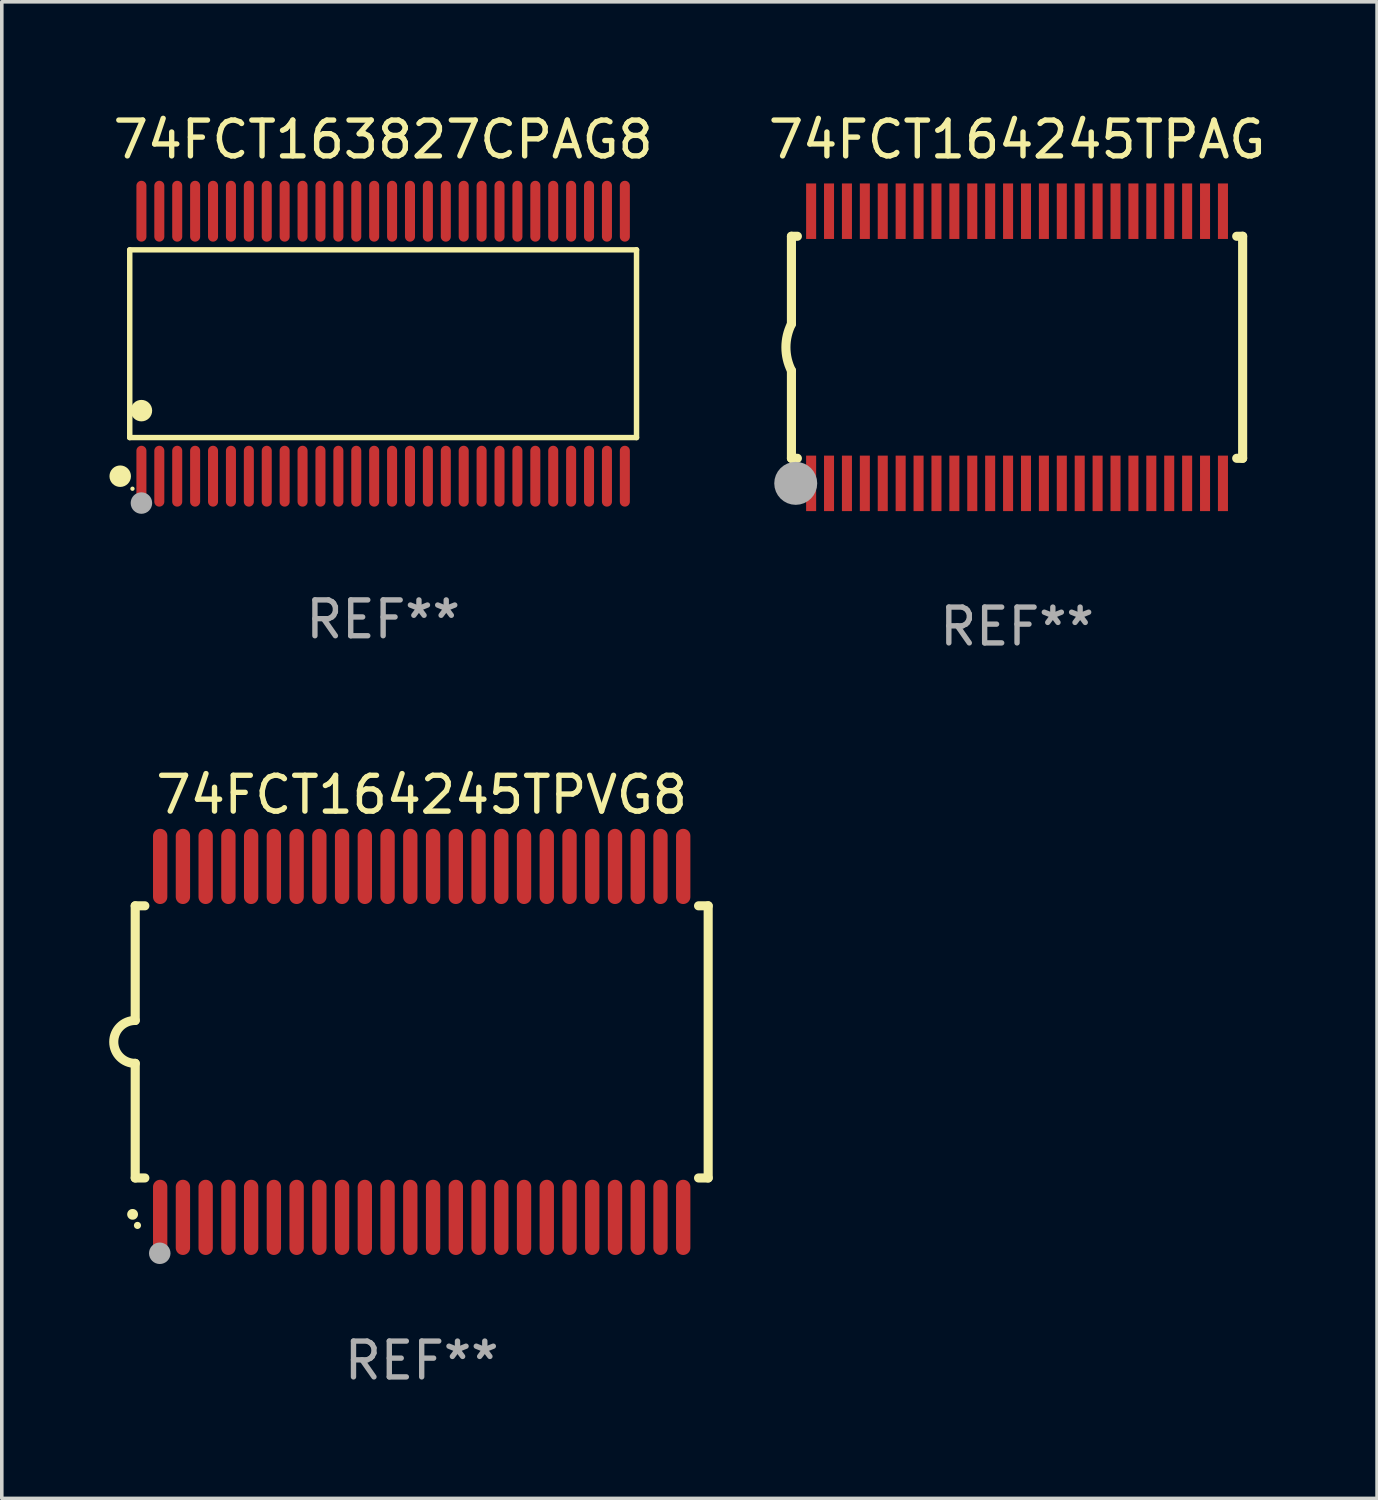
<source format=kicad_pcb>
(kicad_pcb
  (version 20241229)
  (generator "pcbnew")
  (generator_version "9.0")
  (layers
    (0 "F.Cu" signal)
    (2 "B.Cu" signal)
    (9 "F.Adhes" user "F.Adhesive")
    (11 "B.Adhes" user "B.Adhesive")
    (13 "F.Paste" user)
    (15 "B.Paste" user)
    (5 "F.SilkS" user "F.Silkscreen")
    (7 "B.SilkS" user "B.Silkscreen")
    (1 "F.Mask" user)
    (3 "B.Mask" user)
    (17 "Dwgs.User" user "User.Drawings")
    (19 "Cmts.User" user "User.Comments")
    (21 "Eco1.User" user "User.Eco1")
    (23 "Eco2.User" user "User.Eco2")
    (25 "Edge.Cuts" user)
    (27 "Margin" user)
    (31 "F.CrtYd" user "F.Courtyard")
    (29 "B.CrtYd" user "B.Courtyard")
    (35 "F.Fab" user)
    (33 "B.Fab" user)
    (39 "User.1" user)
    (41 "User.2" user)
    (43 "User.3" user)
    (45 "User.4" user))
  (footprint "74FCT164245TPVG8"
    (layer "F.Cu")
    (at 8.726 26.045)
    (property "Reference" "74FCT164245TPVG8" (at 0 -6.9 0) (layer "F.SilkS") (effects (font (size 1 1) (thickness 0.15))))
    (attr through_hole)
    (fp_line (start -8 -3.8) (end -8 -0.599) (stroke (width 0.254) (type solid)) (layer "F.SilkS"))
    (fp_line (start -8 -3.8) (end -7.731 -3.8) (stroke (width 0.254) (type solid)) (layer "F.SilkS"))
    (fp_line (start -8 3.8) (end -8 0.599) (stroke (width 0.254) (type solid)) (layer "F.SilkS"))
    (fp_line (start -7.731 3.8) (end -8 3.8) (stroke (width 0.254) (type solid)) (layer "F.SilkS"))
    (fp_line (start 7.731 -3.8) (end 8 -3.8) (stroke (width 0.254) (type solid)) (layer "F.SilkS"))
    (fp_line (start 8 -3.8) (end 8 3.8) (stroke (width 0.254) (type solid)) (layer "F.SilkS"))
    (fp_line (start 8 3.8) (end 7.731 3.8) (stroke (width 0.254) (type solid)) (layer "F.SilkS"))
    (fp_arc (start -8.074676 4.81585) (mid -8.073406 4.815845) (end -8.072136 4.81585) (stroke (width 0.3) (type solid)) (layer "F.SilkS"))
    (fp_arc (start -8.000025 0.6) (mid -8.598908 0.00056) (end -8.000027 -0.598882) (stroke (width 0.254001) (type solid)) (layer "F.SilkS"))
    (fp_circle (center -7.937 5.125) (end -7.887 5.125) (stroke (width 0.1) (type solid)) (fill no) (layer "F.SilkS"))
    (fp_circle (center -7.315 5.903) (end -7.165 5.903) (stroke (width 0.3) (type solid)) (fill no) (layer "F.Fab"))
    (fp_text user "REF**" (at 0 8.9 0) (layer "F.Fab") (effects (font (size 1 1) (thickness 0.15))))
    (pad "1" smd oval (at -7.303 4.9) (size 0.4 2.1) (layers "F.Cu" "F.Mask" "F.Paste"))
    (pad "2" smd oval (at -6.668 4.9) (size 0.4 2.1) (layers "F.Cu" "F.Mask" "F.Paste"))
    (pad "3" smd oval (at -6.033 4.9) (size 0.4 2.1) (layers "F.Cu" "F.Mask" "F.Paste"))
    (pad "4" smd oval (at -5.398 4.9) (size 0.4 2.1) (layers "F.Cu" "F.Mask" "F.Paste"))
    (pad "5" smd oval (at -4.763 4.9) (size 0.4 2.1) (layers "F.Cu" "F.Mask" "F.Paste"))
    (pad "6" smd oval (at -4.128 4.9) (size 0.4 2.1) (layers "F.Cu" "F.Mask" "F.Paste"))
    (pad "7" smd oval (at -3.493 4.9) (size 0.4 2.1) (layers "F.Cu" "F.Mask" "F.Paste"))
    (pad "8" smd oval (at -2.858 4.9) (size 0.4 2.1) (layers "F.Cu" "F.Mask" "F.Paste"))
    (pad "9" smd oval (at -2.223 4.9) (size 0.4 2.1) (layers "F.Cu" "F.Mask" "F.Paste"))
    (pad "10" smd oval (at -1.588 4.9) (size 0.4 2.1) (layers "F.Cu" "F.Mask" "F.Paste"))
    (pad "11" smd oval (at -0.953 4.9) (size 0.4 2.1) (layers "F.Cu" "F.Mask" "F.Paste"))
    (pad "12" smd oval (at -0.318 4.9) (size 0.4 2.1) (layers "F.Cu" "F.Mask" "F.Paste"))
    (pad "13" smd oval (at 0.318 4.9) (size 0.4 2.1) (layers "F.Cu" "F.Mask" "F.Paste"))
    (pad "14" smd oval (at 0.953 4.9) (size 0.4 2.1) (layers "F.Cu" "F.Mask" "F.Paste"))
    (pad "15" smd oval (at 1.588 4.9) (size 0.4 2.1) (layers "F.Cu" "F.Mask" "F.Paste"))
    (pad "16" smd oval (at 2.223 4.9) (size 0.4 2.1) (layers "F.Cu" "F.Mask" "F.Paste"))
    (pad "17" smd oval (at 2.858 4.9) (size 0.4 2.1) (layers "F.Cu" "F.Mask" "F.Paste"))
    (pad "18" smd oval (at 3.493 4.9) (size 0.4 2.1) (layers "F.Cu" "F.Mask" "F.Paste"))
    (pad "19" smd oval (at 4.128 4.9) (size 0.4 2.1) (layers "F.Cu" "F.Mask" "F.Paste"))
    (pad "20" smd oval (at 4.763 4.9) (size 0.4 2.1) (layers "F.Cu" "F.Mask" "F.Paste"))
    (pad "21" smd oval (at 5.398 4.9) (size 0.4 2.1) (layers "F.Cu" "F.Mask" "F.Paste"))
    (pad "22" smd oval (at 6.033 4.9) (size 0.4 2.1) (layers "F.Cu" "F.Mask" "F.Paste"))
    (pad "23" smd oval (at 6.668 4.9) (size 0.4 2.1) (layers "F.Cu" "F.Mask" "F.Paste"))
    (pad "24" smd oval (at 7.303 4.9) (size 0.4 2.1) (layers "F.Cu" "F.Mask" "F.Paste"))
    (pad "25" smd oval (at 7.303 -4.9 180) (size 0.4 2.1) (layers "F.Cu" "F.Mask" "F.Paste"))
    (pad "26" smd oval (at 6.668 -4.9 180) (size 0.4 2.1) (layers "F.Cu" "F.Mask" "F.Paste"))
    (pad "27" smd oval (at 6.033 -4.9 180) (size 0.4 2.1) (layers "F.Cu" "F.Mask" "F.Paste"))
    (pad "28" smd oval (at 5.398 -4.9 180) (size 0.4 2.1) (layers "F.Cu" "F.Mask" "F.Paste"))
    (pad "29" smd oval (at 4.763 -4.9 180) (size 0.4 2.1) (layers "F.Cu" "F.Mask" "F.Paste"))
    (pad "30" smd oval (at 4.128 -4.9 180) (size 0.4 2.1) (layers "F.Cu" "F.Mask" "F.Paste"))
    (pad "31" smd oval (at 3.493 -4.9 180) (size 0.4 2.1) (layers "F.Cu" "F.Mask" "F.Paste"))
    (pad "32" smd oval (at 2.858 -4.9 180) (size 0.4 2.1) (layers "F.Cu" "F.Mask" "F.Paste"))
    (pad "33" smd oval (at 2.223 -4.9 180) (size 0.4 2.1) (layers "F.Cu" "F.Mask" "F.Paste"))
    (pad "34" smd oval (at 1.588 -4.9 180) (size 0.4 2.1) (layers "F.Cu" "F.Mask" "F.Paste"))
    (pad "35" smd oval (at 0.953 -4.9 180) (size 0.4 2.1) (layers "F.Cu" "F.Mask" "F.Paste"))
    (pad "36" smd oval (at 0.318 -4.9 180) (size 0.4 2.1) (layers "F.Cu" "F.Mask" "F.Paste"))
    (pad "37" smd oval (at -0.318 -4.9 180) (size 0.4 2.1) (layers "F.Cu" "F.Mask" "F.Paste"))
    (pad "38" smd oval (at -0.953 -4.9 180) (size 0.4 2.1) (layers "F.Cu" "F.Mask" "F.Paste"))
    (pad "39" smd oval (at -1.588 -4.9 180) (size 0.4 2.1) (layers "F.Cu" "F.Mask" "F.Paste"))
    (pad "40" smd oval (at -2.223 -4.9 180) (size 0.4 2.1) (layers "F.Cu" "F.Mask" "F.Paste"))
    (pad "41" smd oval (at -2.858 -4.9 180) (size 0.4 2.1) (layers "F.Cu" "F.Mask" "F.Paste"))
    (pad "42" smd oval (at -3.493 -4.9 180) (size 0.4 2.1) (layers "F.Cu" "F.Mask" "F.Paste"))
    (pad "43" smd oval (at -4.128 -4.9 180) (size 0.4 2.1) (layers "F.Cu" "F.Mask" "F.Paste"))
    (pad "44" smd oval (at -4.763 -4.9 180) (size 0.4 2.1) (layers "F.Cu" "F.Mask" "F.Paste"))
    (pad "45" smd oval (at -5.398 -4.9 180) (size 0.4 2.1) (layers "F.Cu" "F.Mask" "F.Paste"))
    (pad "46" smd oval (at -6.033 -4.9 180) (size 0.4 2.1) (layers "F.Cu" "F.Mask" "F.Paste"))
    (pad "47" smd oval (at -6.668 -4.9 180) (size 0.4 2.1) (layers "F.Cu" "F.Mask" "F.Paste"))
    (pad "48" smd oval (at -7.303 -4.9 180) (size 0.4 2.1) (layers "F.Cu" "F.Mask" "F.Paste")))
  (footprint "74FCT164245TPAG"
    (layer "F.Cu")
    (at 25.351 6.648)
    (property "Reference" "74FCT164245TPAG" (at 0 -5.8 0) (layer "F.SilkS") (effects (font (size 1 1) (thickness 0.15))))
    (attr through_hole)
    (fp_line (start -6.3 -3.1) (end -6.3 -0.65) (stroke (width 0.254) (type solid)) (layer "F.SilkS"))
    (fp_line (start -6.3 -3.1) (end -6.134 -3.1) (stroke (width 0.254) (type solid)) (layer "F.SilkS"))
    (fp_line (start -6.3 3.1) (end -6.3 0.65) (stroke (width 0.254) (type solid)) (layer "F.SilkS"))
    (fp_line (start -6.3 3.1) (end -6.134 3.1) (stroke (width 0.254) (type solid)) (layer "F.SilkS"))
    (fp_line (start 6.134 -3.1) (end 6.3 -3.1) (stroke (width 0.254) (type solid)) (layer "F.SilkS"))
    (fp_line (start 6.134 3.1) (end 6.3 3.1) (stroke (width 0.254) (type solid)) (layer "F.SilkS"))
    (fp_line (start 6.3 -3.1) (end 6.3 3.1) (stroke (width 0.254) (type solid)) (layer "F.SilkS"))
    (fp_arc (start -6.301016 0.650114) (mid -6.45413 -0.000082) (end -6.3 -0.650038) (stroke (width 0.254001) (type solid)) (layer "F.SilkS"))
    (fp_circle (center -6.35 3.81) (end -6.223 3.81) (stroke (width 0.254) (type solid)) (fill no) (layer "F.SilkS"))
    (fp_circle (center -6.25 4.05) (end -6.22 4.05) (stroke (width 0.06) (type solid)) (fill no) (layer "F.SilkS"))
    (fp_circle (center -6.18 3.8) (end -5.88 3.8) (stroke (width 0.6) (type solid)) (fill no) (layer "F.Fab"))
    (fp_text user "REF**" (at 0 7.8 0) (layer "F.Fab") (effects (font (size 1 1) (thickness 0.15))))
    (pad "1" smd rect (at -5.75 3.8) (size 0.28 1.55) (layers "F.Cu" "F.Mask" "F.Paste"))
    (pad "2" smd rect (at -5.25 3.8) (size 0.28 1.55) (layers "F.Cu" "F.Mask" "F.Paste"))
    (pad "3" smd rect (at -4.75 3.8) (size 0.28 1.55) (layers "F.Cu" "F.Mask" "F.Paste"))
    (pad "4" smd rect (at -4.25 3.8) (size 0.28 1.55) (layers "F.Cu" "F.Mask" "F.Paste"))
    (pad "5" smd rect (at -3.75 3.8) (size 0.28 1.55) (layers "F.Cu" "F.Mask" "F.Paste"))
    (pad "6" smd rect (at -3.25 3.8) (size 0.28 1.55) (layers "F.Cu" "F.Mask" "F.Paste"))
    (pad "7" smd rect (at -2.75 3.8) (size 0.28 1.55) (layers "F.Cu" "F.Mask" "F.Paste"))
    (pad "8" smd rect (at -2.25 3.8) (size 0.28 1.55) (layers "F.Cu" "F.Mask" "F.Paste"))
    (pad "9" smd rect (at -1.75 3.8) (size 0.28 1.55) (layers "F.Cu" "F.Mask" "F.Paste"))
    (pad "10" smd rect (at -1.25 3.8) (size 0.28 1.55) (layers "F.Cu" "F.Mask" "F.Paste"))
    (pad "11" smd rect (at -0.75 3.8) (size 0.28 1.55) (layers "F.Cu" "F.Mask" "F.Paste"))
    (pad "12" smd rect (at -0.25 3.8) (size 0.28 1.55) (layers "F.Cu" "F.Mask" "F.Paste"))
    (pad "13" smd rect (at 0.25 3.8) (size 0.28 1.55) (layers "F.Cu" "F.Mask" "F.Paste"))
    (pad "14" smd rect (at 0.75 3.8) (size 0.28 1.55) (layers "F.Cu" "F.Mask" "F.Paste"))
    (pad "15" smd rect (at 1.25 3.8) (size 0.28 1.55) (layers "F.Cu" "F.Mask" "F.Paste"))
    (pad "16" smd rect (at 1.75 3.8) (size 0.28 1.55) (layers "F.Cu" "F.Mask" "F.Paste"))
    (pad "17" smd rect (at 2.25 3.8) (size 0.28 1.55) (layers "F.Cu" "F.Mask" "F.Paste"))
    (pad "18" smd rect (at 2.75 3.8) (size 0.28 1.55) (layers "F.Cu" "F.Mask" "F.Paste"))
    (pad "19" smd rect (at 3.25 3.8) (size 0.28 1.55) (layers "F.Cu" "F.Mask" "F.Paste"))
    (pad "20" smd rect (at 3.75 3.8) (size 0.28 1.55) (layers "F.Cu" "F.Mask" "F.Paste"))
    (pad "21" smd rect (at 4.25 3.8) (size 0.28 1.55) (layers "F.Cu" "F.Mask" "F.Paste"))
    (pad "22" smd rect (at 4.75 3.8) (size 0.28 1.55) (layers "F.Cu" "F.Mask" "F.Paste"))
    (pad "23" smd rect (at 5.25 3.8) (size 0.28 1.55) (layers "F.Cu" "F.Mask" "F.Paste"))
    (pad "24" smd rect (at 5.75 3.8) (size 0.28 1.55) (layers "F.Cu" "F.Mask" "F.Paste"))
    (pad "25" smd rect (at 5.75 -3.8) (size 0.28 1.55) (layers "F.Cu" "F.Mask" "F.Paste"))
    (pad "26" smd rect (at 5.25 -3.8) (size 0.28 1.55) (layers "F.Cu" "F.Mask" "F.Paste"))
    (pad "27" smd rect (at 4.75 -3.8) (size 0.28 1.55) (layers "F.Cu" "F.Mask" "F.Paste"))
    (pad "28" smd rect (at 4.25 -3.8) (size 0.28 1.55) (layers "F.Cu" "F.Mask" "F.Paste"))
    (pad "29" smd rect (at 3.75 -3.8) (size 0.28 1.55) (layers "F.Cu" "F.Mask" "F.Paste"))
    (pad "30" smd rect (at 3.25 -3.8) (size 0.28 1.55) (layers "F.Cu" "F.Mask" "F.Paste"))
    (pad "31" smd rect (at 2.75 -3.8) (size 0.28 1.55) (layers "F.Cu" "F.Mask" "F.Paste"))
    (pad "32" smd rect (at 2.25 -3.8) (size 0.28 1.55) (layers "F.Cu" "F.Mask" "F.Paste"))
    (pad "33" smd rect (at 1.75 -3.8) (size 0.28 1.55) (layers "F.Cu" "F.Mask" "F.Paste"))
    (pad "34" smd rect (at 1.25 -3.8) (size 0.28 1.55) (layers "F.Cu" "F.Mask" "F.Paste"))
    (pad "35" smd rect (at 0.75 -3.8) (size 0.28 1.55) (layers "F.Cu" "F.Mask" "F.Paste"))
    (pad "36" smd rect (at 0.25 -3.8) (size 0.28 1.55) (layers "F.Cu" "F.Mask" "F.Paste"))
    (pad "37" smd rect (at -0.25 -3.8) (size 0.28 1.55) (layers "F.Cu" "F.Mask" "F.Paste"))
    (pad "38" smd rect (at -0.75 -3.8) (size 0.28 1.55) (layers "F.Cu" "F.Mask" "F.Paste"))
    (pad "39" smd rect (at -1.25 -3.8) (size 0.28 1.55) (layers "F.Cu" "F.Mask" "F.Paste"))
    (pad "40" smd rect (at -1.75 -3.8) (size 0.28 1.55) (layers "F.Cu" "F.Mask" "F.Paste"))
    (pad "41" smd rect (at -2.25 -3.8) (size 0.28 1.55) (layers "F.Cu" "F.Mask" "F.Paste"))
    (pad "42" smd rect (at -2.75 -3.8) (size 0.28 1.55) (layers "F.Cu" "F.Mask" "F.Paste"))
    (pad "43" smd rect (at -3.25 -3.8) (size 0.28 1.55) (layers "F.Cu" "F.Mask" "F.Paste"))
    (pad "44" smd rect (at -3.75 -3.8) (size 0.28 1.55) (layers "F.Cu" "F.Mask" "F.Paste"))
    (pad "45" smd rect (at -4.25 -3.8) (size 0.28 1.55) (layers "F.Cu" "F.Mask" "F.Paste"))
    (pad "46" smd rect (at -4.75 -3.8) (size 0.28 1.55) (layers "F.Cu" "F.Mask" "F.Paste"))
    (pad "47" smd rect (at -5.25 -3.8) (size 0.28 1.55) (layers "F.Cu" "F.Mask" "F.Paste"))
    (pad "48" smd rect (at -5.75 -3.8) (size 0.28 1.55) (layers "F.Cu" "F.Mask" "F.Paste")))
  (footprint "74FCT163827CPAG8"
    (layer "F.Cu")
    (at 7.649 6.548)
    (property "Reference" "74FCT163827CPAG8" (at 0 -5.7 0) (layer "F.SilkS") (effects (font (size 1 1) (thickness 0.15))))
    (attr through_hole)
    (fp_line (start -7.076 -2.621) (end 7.076 -2.621) (stroke (width 0.152) (type solid)) (layer "F.SilkS"))
    (fp_line (start -7.076 2.621) (end -7.076 -2.621) (stroke (width 0.152) (type solid)) (layer "F.SilkS"))
    (fp_line (start 7.076 -2.621) (end 7.076 2.621) (stroke (width 0.152) (type solid)) (layer "F.SilkS"))
    (fp_line (start 7.076 2.621) (end -7.076 2.621) (stroke (width 0.152) (type solid)) (layer "F.SilkS"))
    (fp_circle (center -7.342 3.7) (end -7.192 3.7) (stroke (width 0.3) (type solid)) (fill no) (layer "F.SilkS"))
    (fp_circle (center -7 4.05) (end -6.97 4.05) (stroke (width 0.06) (type solid)) (fill no) (layer "F.SilkS"))
    (fp_circle (center -6.75 1.869) (end -6.6 1.869) (stroke (width 0.3) (type solid)) (fill no) (layer "F.SilkS"))
    (fp_circle (center -6.75 4.45) (end -6.6 4.45) (stroke (width 0.3) (type solid)) (fill no) (layer "F.Fab"))
    (fp_text user "REF**" (at 0 7.7 0) (layer "F.Fab") (effects (font (size 1 1) (thickness 0.15))))
    (pad "1" smd oval (at -6.75 3.7) (size 0.28 1.7) (layers "F.Cu" "F.Mask" "F.Paste"))
    (pad "2" smd oval (at -6.25 3.7) (size 0.28 1.7) (layers "F.Cu" "F.Mask" "F.Paste"))
    (pad "3" smd oval (at -5.75 3.7) (size 0.28 1.7) (layers "F.Cu" "F.Mask" "F.Paste"))
    (pad "4" smd oval (at -5.25 3.7) (size 0.28 1.7) (layers "F.Cu" "F.Mask" "F.Paste"))
    (pad "5" smd oval (at -4.75 3.7) (size 0.28 1.7) (layers "F.Cu" "F.Mask" "F.Paste"))
    (pad "6" smd oval (at -4.25 3.7) (size 0.28 1.7) (layers "F.Cu" "F.Mask" "F.Paste"))
    (pad "7" smd oval (at -3.75 3.7) (size 0.28 1.7) (layers "F.Cu" "F.Mask" "F.Paste"))
    (pad "8" smd oval (at -3.25 3.7) (size 0.28 1.7) (layers "F.Cu" "F.Mask" "F.Paste"))
    (pad "9" smd oval (at -2.75 3.7) (size 0.28 1.7) (layers "F.Cu" "F.Mask" "F.Paste"))
    (pad "10" smd oval (at -2.25 3.7) (size 0.28 1.7) (layers "F.Cu" "F.Mask" "F.Paste"))
    (pad "11" smd oval (at -1.75 3.7) (size 0.28 1.7) (layers "F.Cu" "F.Mask" "F.Paste"))
    (pad "12" smd oval (at -1.25 3.7) (size 0.28 1.7) (layers "F.Cu" "F.Mask" "F.Paste"))
    (pad "13" smd oval (at -0.75 3.7) (size 0.28 1.7) (layers "F.Cu" "F.Mask" "F.Paste"))
    (pad "14" smd oval (at -0.25 3.7) (size 0.28 1.7) (layers "F.Cu" "F.Mask" "F.Paste"))
    (pad "15" smd oval (at 0.25 3.7) (size 0.28 1.7) (layers "F.Cu" "F.Mask" "F.Paste"))
    (pad "16" smd oval (at 0.75 3.7) (size 0.28 1.7) (layers "F.Cu" "F.Mask" "F.Paste"))
    (pad "17" smd oval (at 1.25 3.7) (size 0.28 1.7) (layers "F.Cu" "F.Mask" "F.Paste"))
    (pad "18" smd oval (at 1.75 3.7) (size 0.28 1.7) (layers "F.Cu" "F.Mask" "F.Paste"))
    (pad "19" smd oval (at 2.25 3.7) (size 0.28 1.7) (layers "F.Cu" "F.Mask" "F.Paste"))
    (pad "20" smd oval (at 2.75 3.7) (size 0.28 1.7) (layers "F.Cu" "F.Mask" "F.Paste"))
    (pad "21" smd oval (at 3.25 3.7) (size 0.28 1.7) (layers "F.Cu" "F.Mask" "F.Paste"))
    (pad "22" smd oval (at 3.75 3.7) (size 0.28 1.7) (layers "F.Cu" "F.Mask" "F.Paste"))
    (pad "23" smd oval (at 4.25 3.7) (size 0.28 1.7) (layers "F.Cu" "F.Mask" "F.Paste"))
    (pad "24" smd oval (at 4.75 3.7) (size 0.28 1.7) (layers "F.Cu" "F.Mask" "F.Paste"))
    (pad "25" smd oval (at 5.25 3.7) (size 0.28 1.7) (layers "F.Cu" "F.Mask" "F.Paste"))
    (pad "26" smd oval (at 5.75 3.7) (size 0.28 1.7) (layers "F.Cu" "F.Mask" "F.Paste"))
    (pad "27" smd oval (at 6.25 3.7) (size 0.28 1.7) (layers "F.Cu" "F.Mask" "F.Paste"))
    (pad "28" smd oval (at 6.75 3.7) (size 0.28 1.7) (layers "F.Cu" "F.Mask" "F.Paste"))
    (pad "29" smd oval (at 6.75 -3.7) (size 0.28 1.7) (layers "F.Cu" "F.Mask" "F.Paste"))
    (pad "30" smd oval (at 6.25 -3.7) (size 0.28 1.7) (layers "F.Cu" "F.Mask" "F.Paste"))
    (pad "31" smd oval (at 5.75 -3.7) (size 0.28 1.7) (layers "F.Cu" "F.Mask" "F.Paste"))
    (pad "32" smd oval (at 5.25 -3.7) (size 0.28 1.7) (layers "F.Cu" "F.Mask" "F.Paste"))
    (pad "33" smd oval (at 4.75 -3.7) (size 0.28 1.7) (layers "F.Cu" "F.Mask" "F.Paste"))
    (pad "34" smd oval (at 4.25 -3.7) (size 0.28 1.7) (layers "F.Cu" "F.Mask" "F.Paste"))
    (pad "35" smd oval (at 3.75 -3.7) (size 0.28 1.7) (layers "F.Cu" "F.Mask" "F.Paste"))
    (pad "36" smd oval (at 3.25 -3.7) (size 0.28 1.7) (layers "F.Cu" "F.Mask" "F.Paste"))
    (pad "37" smd oval (at 2.75 -3.7) (size 0.28 1.7) (layers "F.Cu" "F.Mask" "F.Paste"))
    (pad "38" smd oval (at 2.25 -3.7) (size 0.28 1.7) (layers "F.Cu" "F.Mask" "F.Paste"))
    (pad "39" smd oval (at 1.75 -3.7) (size 0.28 1.7) (layers "F.Cu" "F.Mask" "F.Paste"))
    (pad "40" smd oval (at 1.25 -3.7) (size 0.28 1.7) (layers "F.Cu" "F.Mask" "F.Paste"))
    (pad "41" smd oval (at 0.75 -3.7) (size 0.28 1.7) (layers "F.Cu" "F.Mask" "F.Paste"))
    (pad "42" smd oval (at 0.25 -3.7) (size 0.28 1.7) (layers "F.Cu" "F.Mask" "F.Paste"))
    (pad "43" smd oval (at -0.25 -3.7) (size 0.28 1.7) (layers "F.Cu" "F.Mask" "F.Paste"))
    (pad "44" smd oval (at -0.75 -3.7) (size 0.28 1.7) (layers "F.Cu" "F.Mask" "F.Paste"))
    (pad "45" smd oval (at -1.25 -3.7) (size 0.28 1.7) (layers "F.Cu" "F.Mask" "F.Paste"))
    (pad "46" smd oval (at -1.75 -3.7) (size 0.28 1.7) (layers "F.Cu" "F.Mask" "F.Paste"))
    (pad "47" smd oval (at -2.25 -3.7) (size 0.28 1.7) (layers "F.Cu" "F.Mask" "F.Paste"))
    (pad "48" smd oval (at -2.75 -3.7) (size 0.28 1.7) (layers "F.Cu" "F.Mask" "F.Paste"))
    (pad "49" smd oval (at -3.25 -3.7) (size 0.28 1.7) (layers "F.Cu" "F.Mask" "F.Paste"))
    (pad "50" smd oval (at -3.75 -3.7) (size 0.28 1.7) (layers "F.Cu" "F.Mask" "F.Paste"))
    (pad "51" smd oval (at -4.25 -3.7) (size 0.28 1.7) (layers "F.Cu" "F.Mask" "F.Paste"))
    (pad "52" smd oval (at -4.75 -3.7) (size 0.28 1.7) (layers "F.Cu" "F.Mask" "F.Paste"))
    (pad "53" smd oval (at -5.25 -3.7) (size 0.28 1.7) (layers "F.Cu" "F.Mask" "F.Paste"))
    (pad "54" smd oval (at -5.75 -3.7) (size 0.28 1.7) (layers "F.Cu" "F.Mask" "F.Paste"))
    (pad "55" smd oval (at -6.25 -3.7) (size 0.28 1.7) (layers "F.Cu" "F.Mask" "F.Paste"))
    (pad "56" smd oval (at -6.75 -3.7) (size 0.28 1.7) (layers "F.Cu" "F.Mask" "F.Paste")))
  (gr_rect
    (start -3 -3)
    (end 35.405 38.793)
    (stroke (width 0.1) (type default))
    (fill no)
    (layer "Edge.Cuts")))
</source>
